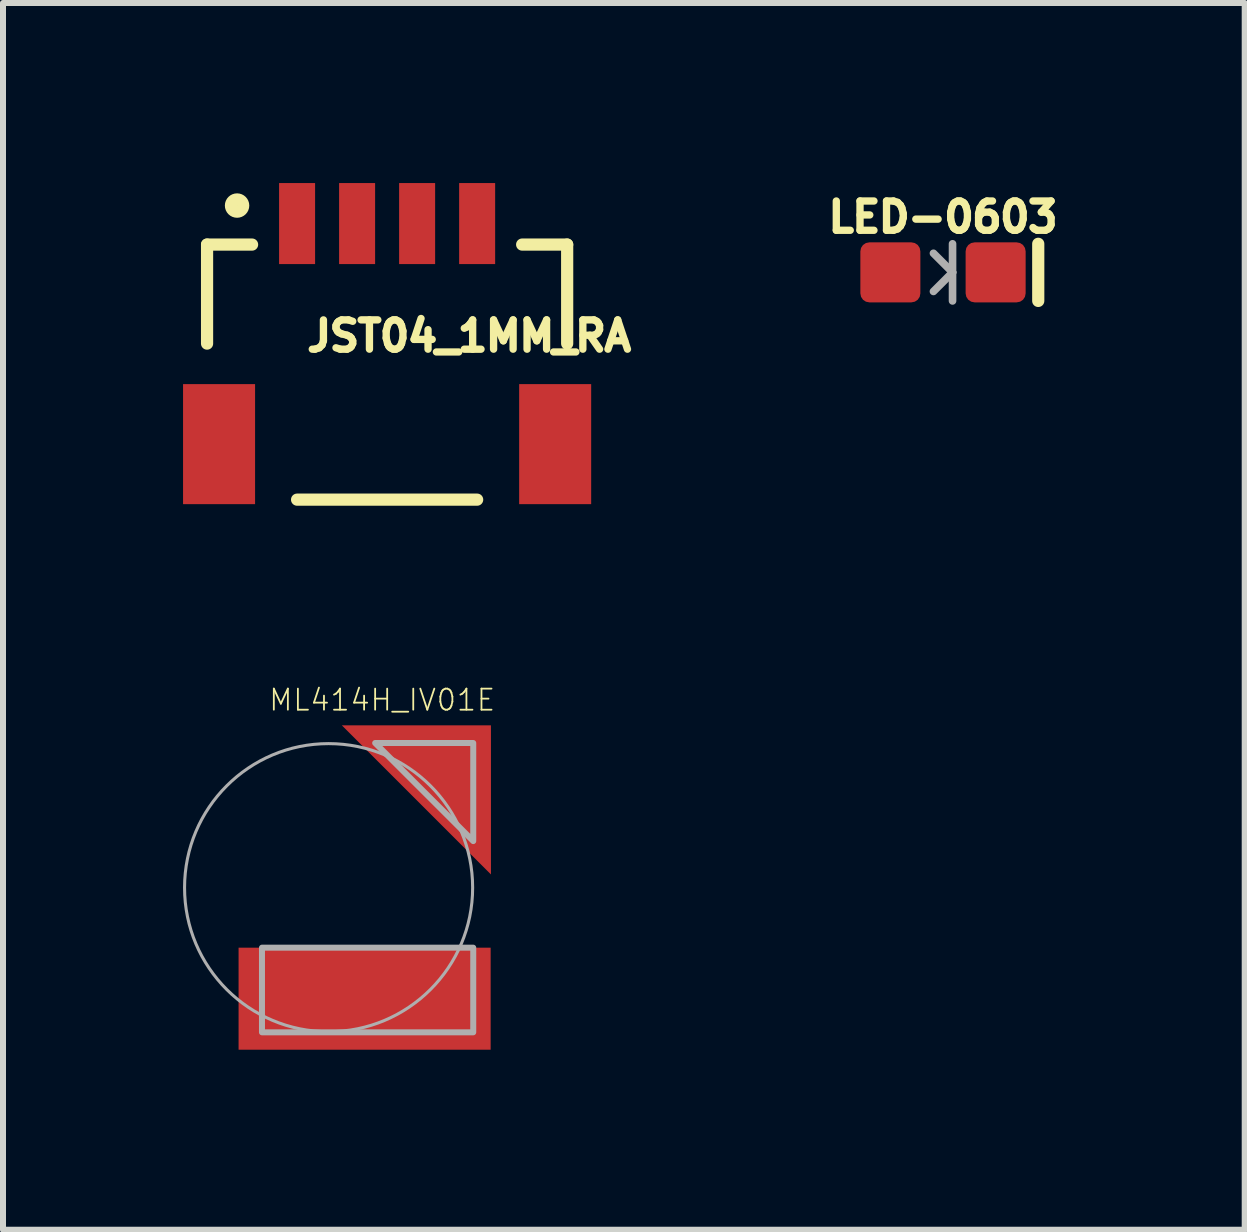
<source format=kicad_pcb>
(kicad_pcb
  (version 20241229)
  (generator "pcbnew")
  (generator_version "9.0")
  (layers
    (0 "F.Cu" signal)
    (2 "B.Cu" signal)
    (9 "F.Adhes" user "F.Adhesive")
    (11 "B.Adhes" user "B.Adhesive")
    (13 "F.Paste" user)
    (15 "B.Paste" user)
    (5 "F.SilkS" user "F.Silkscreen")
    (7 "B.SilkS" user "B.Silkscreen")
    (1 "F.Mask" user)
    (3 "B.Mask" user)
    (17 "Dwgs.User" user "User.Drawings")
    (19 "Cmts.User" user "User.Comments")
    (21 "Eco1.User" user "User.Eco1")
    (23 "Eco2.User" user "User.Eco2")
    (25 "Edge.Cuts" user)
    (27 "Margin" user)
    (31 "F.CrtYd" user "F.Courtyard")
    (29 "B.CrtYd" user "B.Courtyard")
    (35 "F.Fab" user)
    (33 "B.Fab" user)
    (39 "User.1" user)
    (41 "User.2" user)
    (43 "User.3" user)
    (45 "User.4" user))
  (footprint "JST04_1MM_RA"
    (layer "F.Cu")
    (at 3.4 0.675)
    (property "Reference" "JST04_1MM_RA" (at -1.397 2.159 0) (layer "F.SilkS") (effects (font (size 0.488 0.488) (thickness 0.122)) (justify left bottom)))
    (fp_line (start -3 0.35) (end -2.25 0.35) (stroke (width 0.203) (type solid)) (layer "F.SilkS"))
    (fp_line (start -3 2) (end -3 0.35) (stroke (width 0.203) (type solid)) (layer "F.SilkS"))
    (fp_line (start -1.5 4.6) (end 1.5 4.6) (stroke (width 0.203) (type solid)) (layer "F.SilkS"))
    (fp_line (start 2.25 0.35) (end 3 0.35) (stroke (width 0.203) (type solid)) (layer "F.SilkS"))
    (fp_line (start 3 0.35) (end 3 2) (stroke (width 0.203) (type solid)) (layer "F.SilkS"))
    (fp_circle (center -2.5 -0.3) (end -2.398 -0.3) (stroke (width 0.203) (type solid)) (fill no) (layer "F.SilkS"))
    (pad "1" smd rect (at -1.5 0) (size 0.6 1.35) (layers "F.Cu" "F.Mask" "F.Paste"))
    (pad "2" smd rect (at -0.5 0) (size 0.6 1.35) (layers "F.Cu" "F.Mask" "F.Paste"))
    (pad "3" smd rect (at 0.5 0) (size 0.6 1.35) (layers "F.Cu" "F.Mask" "F.Paste"))
    (pad "4" smd rect (at 1.5 0) (size 0.6 1.35) (layers "F.Cu" "F.Mask" "F.Paste"))
    (pad "NC1" smd rect (at 2.8 3.675) (size 1.2 2) (layers "F.Cu" "F.Mask" "F.Paste"))
    (pad "NC2" smd rect (at -2.8 3.675) (size 1.2 2) (layers "F.Cu" "F.Mask" "F.Paste")))
  (footprint "LED-0603"
    (layer "F.Cu")
    (at 12.662 1.488)
    (property "Reference" "LED-0603" (at 0 -0.635 0) (layer "F.SilkS") (effects (font (size 0.488 0.488) (thickness 0.122)) (justify bottom)))
    (fp_line (start 1.587 -0.476) (end 1.587 0.476) (stroke (width 0.203) (type solid)) (layer "F.SilkS"))
    (fp_line (start 0.159 -0.476) (end 0.159 0) (stroke (width 0.127) (type solid)) (layer "F.Fab"))
    (fp_line (start 0.159 0) (end -0.159 -0.318) (stroke (width 0.127) (type solid)) (layer "F.Fab"))
    (fp_line (start 0.159 0) (end -0.159 0.318) (stroke (width 0.127) (type solid)) (layer "F.Fab"))
    (fp_line (start 0.159 0) (end 0.159 0.476) (stroke (width 0.127) (type solid)) (layer "F.Fab"))
    (pad "A" smd roundrect (at -0.877 0 270) (size 1 1) (layers "F.Cu" "F.Mask" "F.Paste") (roundrect_rratio 0.15))
    (pad "C" smd roundrect (at 0.877 0 270) (size 1 1) (layers "F.Cu" "F.Mask" "F.Paste") (roundrect_rratio 0.15)))
  (footprint "ML414H_IV01E"
    (layer "F.Cu")
    (at 2.425 11.74)
    (property "Reference" "ML414H_IV01E" (at -1.016 -2.921 0) (layer "F.SilkS") (effects (font (size 0.351 0.351) (thickness 0.03)) (justify left bottom)))
    (fp_poly (pts (xy 2.705 -0.22) (xy 0.22 -2.705) (xy 2.705 -2.705)) (stroke (width 0) (type solid)) (fill yes) (layer "F.Cu"))
    (fp_poly (pts (xy 2.705 -0.22) (xy 0.22 -2.705) (xy 2.705 -2.705)) (stroke (width 0) (type solid)) (fill yes) (layer "F.Mask"))
    (fp_poly (pts (xy -1.5 2.7) (xy 2.7 2.7) (xy 2.7 1) (xy -1.5 1)) (stroke (width 0) (type solid)) (fill yes) (layer "F.Mask"))
    (fp_poly (pts (xy 2.705 -0.22) (xy 0.22 -2.705) (xy 2.705 -2.705)) (stroke (width 0) (type solid)) (fill yes) (layer "F.Paste"))
    (fp_poly (pts (xy -1.5 2.7) (xy 2.7 2.7) (xy 2.7 1) (xy -1.5 1)) (stroke (width 0) (type solid)) (fill yes) (layer "F.Paste"))
    (fp_circle (center 0 0) (end 2.4 0) (stroke (width 0.051) (type solid)) (fill no) (layer "F.Fab"))
    (fp_poly (pts (xy 2.41 -0.776) (xy 0.776 -2.41) (xy 2.41 -2.41)) (stroke (width 0.1) (type solid)) (fill no) (layer "F.Fab"))
    (fp_poly (pts (xy 2.41 2.41) (xy -1.11 2.41) (xy -1.11 1) (xy 2.41 1)) (stroke (width 0.1) (type solid)) (fill no) (layer "F.Fab"))
    (pad "+" smd rect (at 2.022 -2.032) (size 1 1) (layers "F.Cu"))
    (pad "-" smd rect (at 0.6 1.85) (size 4.2 1.7) (layers "F.Cu")))
  (gr_rect
    (start -3 -3)
    (end 17.689 17.44)
    (stroke (width 0.1) (type default))
    (fill no)
    (layer "Edge.Cuts")))
</source>
